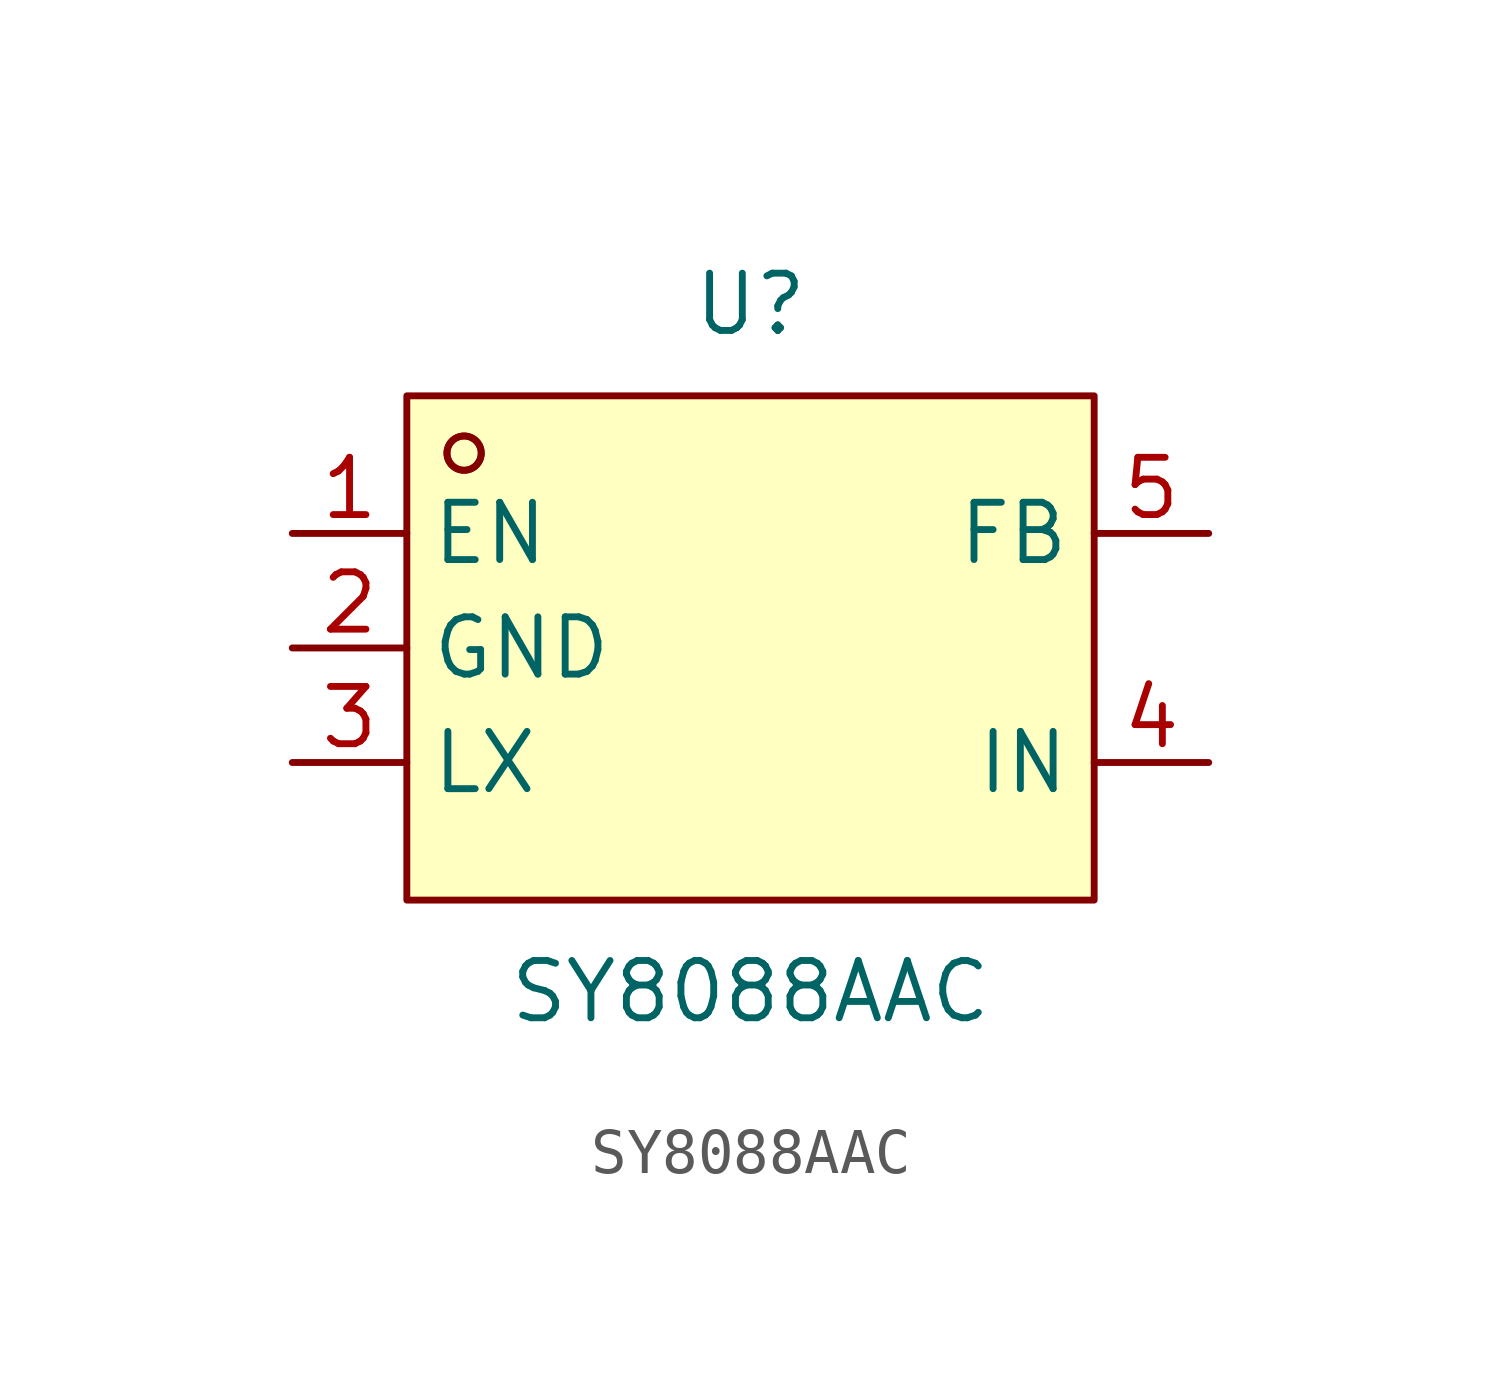
<source format=kicad_sym>
(kicad_symbol_lib
  (version 20211014)
  (generator https://github.com/uPesy/easyeda2kicad.py)
  (symbol "SY8088AAC"
    (property "Reference" "U"
      (at 0 7.62 0)
      (effects (font (size 1.27 1.27))))
    (property "Value" "SY8088AAC"
      (at 0 -7.62 0)
      (effects (font (size 1.27 1.27))))
    (symbol "SY8088AAC_0_1"
      (rectangle (start -7.62 5.59) (end 7.62 -5.59) (stroke (width 0) (type default) (color 0 0 0 0)) (fill (type background)))
      (circle (center -6.35 4.32) (radius 0.38) (stroke (width 0) (type default) (color 0 0 0 0)) (fill (type none)))
      (circle (center -6.35 4.32) (radius 0.38) (stroke (width 0) (type default) (color 0 0 0 0)) (fill (type none)))
      (pin unspecified line (at -10.16 2.54 0) (length 2.54) (name "EN" (effects (font (size 1.27 1.27)))) (number "1" (effects (font (size 1.27 1.27)))))
      (pin unspecified line (at -10.16 -0.00 0) (length 2.54) (name "GND" (effects (font (size 1.27 1.27)))) (number "2" (effects (font (size 1.27 1.27)))))
      (pin unspecified line (at -10.16 -2.54 0) (length 2.54) (name "LX" (effects (font (size 1.27 1.27)))) (number "3" (effects (font (size 1.27 1.27)))))
      (pin unspecified line (at 10.16 -2.54 180) (length 2.54) (name "IN" (effects (font (size 1.27 1.27)))) (number "4" (effects (font (size 1.27 1.27)))))
      (pin unspecified line (at 10.16 2.54 180) (length 2.54) (name "FB" (effects (font (size 1.27 1.27)))) (number "5" (effects (font (size 1.27 1.27))))))))
</source>
